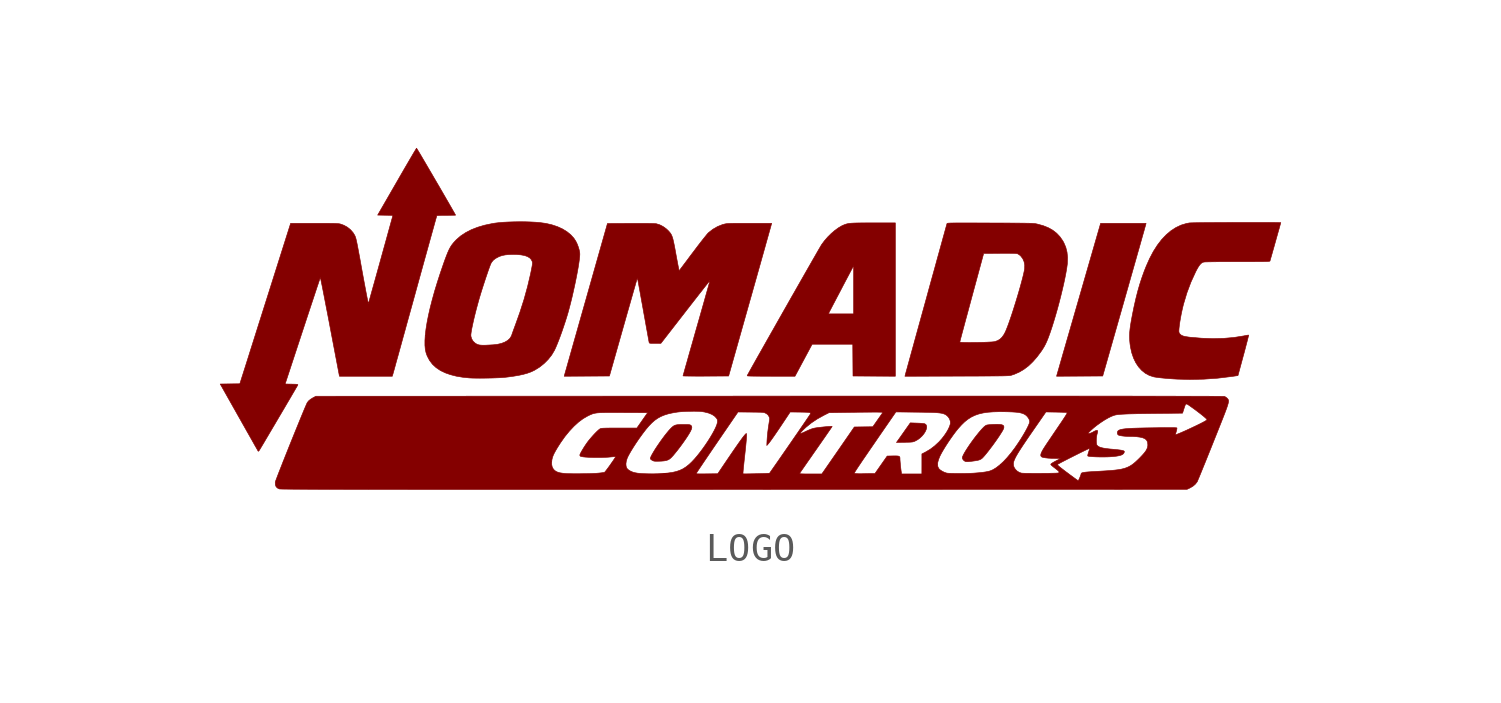
<source format=kicad_sym>
(kicad_symbol_lib
  (version 20210619)
  (generator bitmap2component)
  (symbol "LOGO"
    (pin_names
      (offset 1.016))
    (property "Reference" "#G"
      (at 0 6.787 0)
      (effects (font (size 1.27 1.27)) hide))
    (symbol "LOGO_0_0"
      (polyline (pts (xy -6.484 -6.058) (xy -5.84 -6.058) (xy -5.171 -6.058) (xy -4.474 -6.058) (xy -3.751 -6.058) (xy -3 -6.058) (xy -2.221 -6.058) (xy -1.413 -6.058) (xy -0.577 -6.057) (xy 15.324 -6.054) (xy 15.422 -6.008) (xy 15.528 -5.947) (xy 15.615 -5.872) (xy 15.679 -5.79) (xy 15.682 -5.784) (xy 15.696 -5.752) (xy 15.72 -5.694) (xy 15.754 -5.614) (xy 15.795 -5.514) (xy 15.844 -5.394) (xy 15.899 -5.258) (xy 15.961 -5.107) (xy 16.027 -4.943) (xy 16.097 -4.769) (xy 16.171 -4.585) (xy 16.275 -4.324) (xy 16.364 -4.102) (xy 16.442 -3.906) (xy 16.511 -3.733) (xy 16.571 -3.582) (xy 16.622 -3.452) (xy 16.665 -3.34) (xy 16.7 -3.246) (xy 16.728 -3.167) (xy 16.749 -3.101) (xy 16.765 -3.048) (xy 16.775 -3.006) (xy 16.78 -2.972) (xy 16.78 -2.945) (xy 16.777 -2.924) (xy 16.77 -2.906) (xy 16.761 -2.892) (xy 16.749 -2.877) (xy 16.735 -2.862) (xy 16.723 -2.849) (xy 16.679 -2.815) (xy 16.635 -2.794) (xy 16.626 -2.793) (xy 16.595 -2.792) (xy 16.541 -2.792) (xy 16.464 -2.791) (xy 16.364 -2.79) (xy 16.24 -2.789) (xy 16.093 -2.788) (xy 15.922 -2.788) (xy 15.726 -2.787) (xy 15.507 -2.787) (xy 15.264 -2.786) (xy 14.995 -2.786) (xy 14.703 -2.785) (xy 14.385 -2.785) (xy 14.041 -2.784) (xy 13.673 -2.784) (xy 13.279 -2.783) (xy 12.859 -2.783) (xy 12.413 -2.783) (xy 11.941 -2.783) (xy 11.443 -2.782) (xy 10.918 -2.782) (xy 10.366 -2.782) (xy 9.787 -2.782) (xy 9.181 -2.782) (xy 8.548 -2.782) (xy 6.482 -2.782) (xy 5.737 -2.782) (xy 4.964 -2.782) (xy 4.162 -2.782) (xy 3.332 -2.782) (xy 2.472 -2.782) (xy 1.583 -2.782) (xy 0.665 -2.783) (xy -15.25 -2.787) (xy -15.332 -2.83) (xy -15.362 -2.846) (xy -15.443 -2.897) (xy -15.505 -2.949) (xy -15.553 -3.008) (xy -15.562 -3.026) (xy -15.582 -3.07) (xy -15.611 -3.137) (xy -15.649 -3.225) (xy -15.693 -3.331) (xy -15.744 -3.454) (xy -15.8 -3.59) (xy -15.86 -3.738) (xy -15.924 -3.895) (xy -15.991 -4.059) (xy -16.059 -4.227) (xy -16.128 -4.398) (xy -16.197 -4.569) (xy -16.264 -4.738) (xy -16.33 -4.902) (xy -16.392 -5.06) (xy -16.404 -5.088) (xy -6.975 -5.088) (xy -6.975 -5.087) (xy -6.967 -5.017) (xy -6.951 -4.948) (xy -6.927 -4.877) (xy -6.891 -4.798) (xy -6.841 -4.705) (xy -6.776 -4.594) (xy -6.664 -4.418) (xy -6.512 -4.203) (xy -6.354 -4.01) (xy -6.194 -3.84) (xy -6.033 -3.693) (xy -5.871 -3.573) (xy -5.712 -3.481) (xy -5.697 -3.474) (xy -5.648 -3.45) (xy -5.604 -3.43) (xy -5.561 -3.413) (xy -5.519 -3.398) (xy -5.472 -3.387) (xy -5.42 -3.377) (xy -5.36 -3.37) (xy -5.288 -3.365) (xy -5.202 -3.362) (xy -5.101 -3.36) (xy -4.98 -3.358) (xy -4.837 -3.358) (xy -4.67 -3.359) (xy -4.476 -3.36) (xy -3.608 -3.364) (xy -3.796 -3.633) (xy -3.985 -3.903) (xy -4.603 -3.903) (xy -4.689 -3.903) (xy -4.829 -3.903) (xy -4.944 -3.904) (xy -5.036 -3.905) (xy -5.108 -3.907) (xy -5.164 -3.909) (xy -5.205 -3.912) (xy -5.235 -3.916) (xy -5.256 -3.921) (xy -5.272 -3.927) (xy -5.29 -3.938) (xy -5.334 -3.973) (xy -5.39 -4.025) (xy -5.455 -4.09) (xy -5.523 -4.163) (xy -5.592 -4.241) (xy -5.657 -4.319) (xy -5.715 -4.393) (xy -5.738 -4.425) (xy -5.787 -4.496) (xy -5.837 -4.572) (xy -5.883 -4.647) (xy -5.925 -4.718) (xy -5.958 -4.779) (xy -5.98 -4.825) (xy -5.988 -4.852) (xy -5.986 -4.865) (xy -5.968 -4.892) (xy -5.964 -4.894) (xy -5.929 -4.905) (xy -5.87 -4.915) (xy -5.791 -4.923) (xy -5.695 -4.929) (xy -5.587 -4.934) (xy -5.47 -4.936) (xy -5.349 -4.937) (xy -5.228 -4.936) (xy -5.111 -4.932) (xy -5.002 -4.927) (xy -4.904 -4.918) (xy -4.844 -4.913) (xy -4.789 -4.908) (xy -4.755 -4.908) (xy -4.74 -4.912) (xy -4.738 -4.92) (xy -4.744 -4.932) (xy -4.766 -4.97) (xy -4.801 -5.022) (xy -4.843 -5.085) (xy -4.892 -5.154) (xy -4.894 -5.158) (xy -4.37 -5.158) (xy -4.357 -5.063) (xy -4.325 -4.962) (xy -4.299 -4.904) (xy -4.249 -4.81) (xy -4.185 -4.699) (xy -4.109 -4.576) (xy -4.023 -4.443) (xy -3.929 -4.305) (xy -3.909 -4.276) (xy -3.785 -4.104) (xy -3.671 -3.955) (xy -3.564 -3.829) (xy -3.461 -3.722) (xy -3.359 -3.633) (xy -3.254 -3.559) (xy -3.145 -3.499) (xy -3.027 -3.45) (xy -2.898 -3.409) (xy -2.755 -3.376) (xy -2.595 -3.348) (xy -2.562 -3.343) (xy -2.47 -3.333) (xy -2.36 -3.325) (xy -2.239 -3.319) (xy -2.114 -3.316) (xy -1.992 -3.314) (xy -1.88 -3.315) (xy -1.783 -3.319) (xy -1.71 -3.325) (xy -1.612 -3.341) (xy -1.467 -3.378) (xy -1.347 -3.428) (xy -1.253 -3.49) (xy -1.185 -3.564) (xy -1.166 -3.598) (xy -1.156 -3.638) (xy -1.157 -3.691) (xy -1.16 -3.714) (xy -1.18 -3.787) (xy -1.217 -3.879) (xy -1.269 -3.985) (xy -1.333 -4.103) (xy -1.408 -4.23) (xy -1.491 -4.362) (xy -1.581 -4.496) (xy -1.675 -4.629) (xy -1.772 -4.758) (xy -1.868 -4.879) (xy -1.963 -4.99) (xy -2.055 -5.088) (xy -2.153 -5.181) (xy -2.259 -5.265) (xy -2.366 -5.334) (xy -2.481 -5.388) (xy -2.607 -5.43) (xy -2.749 -5.462) (xy -2.911 -5.484) (xy -3.097 -5.5) (xy -3.248 -5.507) (xy -3.261 -5.507) (xy -1.907 -5.507) (xy -1.9 -5.494) (xy -1.877 -5.457) (xy -1.838 -5.397) (xy -1.783 -5.314) (xy -1.712 -5.209) (xy -1.627 -5.082) (xy -1.527 -4.935) (xy -1.413 -4.767) (xy -1.286 -4.58) (xy -1.145 -4.374) (xy -0.991 -4.149) (xy -0.436 -3.34) (xy 0.015 -3.344) (xy 0.087 -3.345) (xy 0.2 -3.346) (xy 0.289 -3.348) (xy 0.357 -3.349) (xy 0.409 -3.352) (xy 0.447 -3.356) (xy 0.476 -3.361) (xy 0.498 -3.367) (xy 0.518 -3.376) (xy 0.539 -3.386) (xy 0.564 -3.4) (xy 0.612 -3.438) (xy 0.647 -3.491) (xy 0.649 -3.496) (xy 0.664 -3.527) (xy 0.672 -3.554) (xy 0.674 -3.584) (xy 0.669 -3.627) (xy 0.659 -3.69) (xy 0.632 -3.863) (xy 0.609 -4.038) (xy 0.592 -4.202) (xy 0.582 -4.347) (xy 0.575 -4.517) (xy 0.621 -4.465) (xy 0.638 -4.446) (xy 0.684 -4.386) (xy 0.746 -4.301) (xy 0.823 -4.192) (xy 0.916 -4.057) (xy 1.024 -3.898) (xy 1.147 -3.714) (xy 1.396 -3.34) (xy 1.74 -3.344) (xy 1.786 -3.345) (xy 1.894 -3.347) (xy 1.976 -3.35) (xy 2.036 -3.354) (xy 2.076 -3.36) (xy 2.099 -3.369) (xy 2.109 -3.381) (xy 2.108 -3.397) (xy 2.099 -3.417) (xy 2.093 -3.427) (xy 2.071 -3.461) (xy 2.034 -3.516) (xy 1.983 -3.591) (xy 1.92 -3.684) (xy 1.846 -3.792) (xy 1.762 -3.914) (xy 1.67 -4.049) (xy 1.57 -4.193) (xy 1.465 -4.346) (xy 1.355 -4.505) (xy 1.241 -4.67) (xy 1.125 -4.837) (xy 1.009 -5.005) (xy 0.669 -5.492) (xy 0.536 -5.496) (xy 1.724 -5.496) (xy 1.727 -5.492) (xy 1.745 -5.466) (xy 1.778 -5.419) (xy 1.824 -5.353) (xy 1.882 -5.269) (xy 1.95 -5.171) (xy 2.028 -5.059) (xy 2.114 -4.937) (xy 2.205 -4.805) (xy 2.302 -4.667) (xy 2.35 -4.598) (xy 2.444 -4.463) (xy 2.532 -4.337) (xy 2.613 -4.221) (xy 2.685 -4.116) (xy 2.747 -4.026) (xy 2.798 -3.953) (xy 2.836 -3.897) (xy 2.86 -3.862) (xy 2.868 -3.849) (xy 2.867 -3.847) (xy 2.846 -3.845) (xy 2.803 -3.846) (xy 2.741 -3.849) (xy 2.666 -3.855) (xy 2.582 -3.863) (xy 2.496 -3.872) (xy 2.412 -3.882) (xy 2.334 -3.892) (xy 2.268 -3.902) (xy 2.219 -3.912) (xy 2.187 -3.921) (xy 2.121 -3.943) (xy 2.047 -3.973) (xy 1.974 -4.006) (xy 1.924 -4.03) (xy 1.865 -4.057) (xy 1.819 -4.077) (xy 1.793 -4.087) (xy 1.77 -4.091) (xy 1.76 -4.082) (xy 1.772 -4.055) (xy 1.808 -4.012) (xy 1.867 -3.953) (xy 1.952 -3.874) (xy 2.141 -3.721) (xy 2.346 -3.584) (xy 2.573 -3.458) (xy 2.757 -3.365) (xy 3.526 -3.353) (xy 3.551 -3.353) (xy 3.706 -3.35) (xy 3.856 -3.348) (xy 4 -3.347) (xy 4.132 -3.346) (xy 4.249 -3.345) (xy 4.347 -3.344) (xy 4.423 -3.344) (xy 4.474 -3.345) (xy 4.653 -3.349) (xy 4.474 -3.603) (xy 4.295 -3.858) (xy 3.971 -3.862) (xy 3.647 -3.866) (xy 3.077 -4.691) (xy 2.526 -5.486) (xy 3.647 -5.486) (xy 3.65 -5.477) (xy 3.661 -5.457) (xy 3.68 -5.423) (xy 3.71 -5.376) (xy 3.75 -5.315) (xy 3.801 -5.238) (xy 3.864 -5.145) (xy 3.938 -5.034) (xy 4.027 -4.905) (xy 4.128 -4.757) (xy 4.244 -4.588) (xy 4.375 -4.398) (xy 4.521 -4.185) (xy 4.684 -3.949) (xy 5.106 -3.338) (xy 5.817 -3.346) (xy 6.002 -3.348) (xy 6.161 -3.351) (xy 6.297 -3.354) (xy 6.411 -3.357) (xy 6.505 -3.362) (xy 6.584 -3.368) (xy 6.648 -3.375) (xy 6.701 -3.383) (xy 6.746 -3.393) (xy 6.784 -3.405) (xy 6.819 -3.418) (xy 6.873 -3.448) (xy 6.938 -3.507) (xy 6.987 -3.58) (xy 7.015 -3.66) (xy 7.019 -3.741) (xy 7.015 -3.763) (xy 6.988 -3.848) (xy 6.943 -3.946) (xy 6.882 -4.053) (xy 6.807 -4.163) (xy 6.723 -4.272) (xy 6.631 -4.375) (xy 6.615 -4.392) (xy 6.464 -4.532) (xy 6.31 -4.649) (xy 6.146 -4.746) (xy 6.018 -4.812) (xy 6.018 -5.164) (xy 6.018 -5.194) (xy 6.568 -5.194) (xy 6.575 -5.108) (xy 6.603 -5.006) (xy 6.652 -4.886) (xy 6.659 -4.872) (xy 6.709 -4.776) (xy 6.774 -4.664) (xy 6.85 -4.54) (xy 6.934 -4.41) (xy 7.023 -4.279) (xy 7.113 -4.152) (xy 7.2 -4.035) (xy 7.282 -3.933) (xy 7.296 -3.916) (xy 7.408 -3.792) (xy 7.518 -3.685) (xy 7.631 -3.595) (xy 7.75 -3.519) (xy 7.876 -3.458) (xy 8.014 -3.41) (xy 8.166 -3.374) (xy 8.334 -3.349) (xy 8.523 -3.335) (xy 8.735 -3.329) (xy 8.972 -3.331) (xy 9.046 -3.333) (xy 9.182 -3.338) (xy 9.294 -3.345) (xy 9.387 -3.354) (xy 9.463 -3.367) (xy 9.526 -3.383) (xy 9.581 -3.403) (xy 9.63 -3.427) (xy 9.655 -3.443) (xy 9.711 -3.493) (xy 9.758 -3.554) (xy 9.79 -3.617) (xy 9.802 -3.674) (xy 9.8 -3.693) (xy 9.784 -3.748) (xy 9.752 -3.824) (xy 9.706 -3.917) (xy 9.648 -4.025) (xy 9.578 -4.146) (xy 9.498 -4.277) (xy 9.409 -4.415) (xy 9.278 -4.605) (xy 9.144 -4.782) (xy 9.011 -4.94) (xy 8.88 -5.08) (xy 8.763 -5.187) (xy 9.229 -5.187) (xy 9.229 -5.152) (xy 9.234 -5.113) (xy 9.245 -5.069) (xy 9.264 -5.019) (xy 9.29 -4.961) (xy 9.325 -4.893) (xy 9.37 -4.815) (xy 9.426 -4.723) (xy 9.494 -4.617) (xy 9.574 -4.495) (xy 9.668 -4.356) (xy 9.776 -4.197) (xy 9.9 -4.018) (xy 10.04 -3.816) (xy 10.371 -3.339) (xy 10.734 -3.344) (xy 10.807 -3.346) (xy 10.902 -3.348) (xy 10.985 -3.351) (xy 11.05 -3.354) (xy 11.095 -3.358) (xy 11.114 -3.361) (xy 11.115 -3.362) (xy 11.114 -3.376) (xy 11.099 -3.407) (xy 11.071 -3.456) (xy 11.027 -3.525) (xy 10.968 -3.615) (xy 10.893 -3.727) (xy 10.89 -3.73) (xy 10.774 -3.902) (xy 10.672 -4.052) (xy 10.585 -4.181) (xy 10.511 -4.291) (xy 10.448 -4.384) (xy 10.396 -4.461) (xy 10.354 -4.525) (xy 10.32 -4.577) (xy 10.293 -4.62) (xy 10.272 -4.654) (xy 10.256 -4.682) (xy 10.243 -4.705) (xy 10.232 -4.726) (xy 10.229 -4.732) (xy 10.199 -4.801) (xy 10.188 -4.853) (xy 10.196 -4.889) (xy 10.222 -4.916) (xy 10.235 -4.923) (xy 10.287 -4.938) (xy 10.362 -4.95) (xy 10.458 -4.96) (xy 10.571 -4.966) (xy 10.697 -4.968) (xy 10.889 -4.969) (xy 10.756 -5.039) (xy 10.754 -5.04) (xy 10.669 -5.085) (xy 10.609 -5.12) (xy 10.569 -5.146) (xy 10.548 -5.165) (xy 10.541 -5.18) (xy 10.547 -5.191) (xy 10.777 -5.191) (xy 10.778 -5.182) (xy 10.78 -5.18) (xy 10.803 -5.166) (xy 10.849 -5.141) (xy 10.913 -5.106) (xy 10.992 -5.065) (xy 11.084 -5.018) (xy 11.183 -4.967) (xy 11.287 -4.915) (xy 11.392 -4.862) (xy 11.496 -4.81) (xy 11.594 -4.761) (xy 11.683 -4.718) (xy 11.759 -4.681) (xy 11.82 -4.652) (xy 11.861 -4.634) (xy 11.879 -4.628) (xy 11.881 -4.628) (xy 11.894 -4.63) (xy 11.899 -4.639) (xy 11.897 -4.66) (xy 11.885 -4.699) (xy 11.864 -4.761) (xy 11.847 -4.819) (xy 11.838 -4.862) (xy 11.841 -4.883) (xy 11.849 -4.888) (xy 11.885 -4.896) (xy 11.944 -4.903) (xy 12.021 -4.909) (xy 12.112 -4.914) (xy 12.213 -4.917) (xy 12.318 -4.918) (xy 12.424 -4.918) (xy 12.525 -4.916) (xy 12.619 -4.912) (xy 12.74 -4.903) (xy 12.856 -4.889) (xy 12.948 -4.872) (xy 13.018 -4.851) (xy 13.069 -4.824) (xy 13.102 -4.791) (xy 13.121 -4.75) (xy 13.123 -4.736) (xy 13.12 -4.72) (xy 13.106 -4.707) (xy 13.08 -4.696) (xy 13.037 -4.685) (xy 12.976 -4.675) (xy 12.894 -4.665) (xy 12.788 -4.654) (xy 12.656 -4.642) (xy 12.63 -4.64) (xy 12.492 -4.624) (xy 12.381 -4.606) (xy 12.294 -4.585) (xy 12.229 -4.559) (xy 12.184 -4.529) (xy 12.157 -4.494) (xy 12.149 -4.47) (xy 12.141 -4.415) (xy 12.139 -4.345) (xy 12.142 -4.269) (xy 12.15 -4.195) (xy 12.162 -4.132) (xy 12.163 -4.128) (xy 12.18 -4.063) (xy 12.187 -4.021) (xy 12.185 -3.998) (xy 12.172 -3.988) (xy 12.148 -3.987) (xy 12.127 -3.992) (xy 12.082 -4.01) (xy 12.035 -4.036) (xy 11.992 -4.06) (xy 11.943 -4.08) (xy 11.9 -4.092) (xy 11.869 -4.095) (xy 11.857 -4.086) (xy 11.868 -4.068) (xy 11.897 -4.035) (xy 11.941 -3.992) (xy 11.995 -3.943) (xy 12.054 -3.891) (xy 12.116 -3.841) (xy 12.162 -3.805) (xy 12.297 -3.708) (xy 12.43 -3.621) (xy 12.557 -3.548) (xy 12.673 -3.491) (xy 12.774 -3.454) (xy 12.778 -3.453) (xy 12.815 -3.444) (xy 12.86 -3.436) (xy 12.916 -3.429) (xy 12.985 -3.422) (xy 13.068 -3.417) (xy 13.167 -3.412) (xy 13.284 -3.407) (xy 13.422 -3.404) (xy 13.581 -3.4) (xy 13.765 -3.397) (xy 13.974 -3.394) (xy 14.21 -3.391) (xy 15.166 -3.381) (xy 15.211 -3.239) (xy 15.235 -3.165) (xy 15.256 -3.107) (xy 15.276 -3.072) (xy 15.298 -3.059) (xy 15.327 -3.065) (xy 15.367 -3.089) (xy 15.422 -3.127) (xy 15.425 -3.129) (xy 15.509 -3.189) (xy 15.599 -3.254) (xy 15.69 -3.323) (xy 15.777 -3.389) (xy 15.855 -3.451) (xy 15.919 -3.503) (xy 15.964 -3.543) (xy 15.977 -3.554) (xy 16.008 -3.585) (xy 16.021 -3.604) (xy 16.019 -3.617) (xy 16.004 -3.63) (xy 15.989 -3.641) (xy 15.944 -3.668) (xy 15.881 -3.702) (xy 15.802 -3.743) (xy 15.711 -3.788) (xy 15.612 -3.836) (xy 15.508 -3.885) (xy 15.403 -3.934) (xy 15.3 -3.982) (xy 15.203 -4.025) (xy 15.115 -4.064) (xy 15.039 -4.095) (xy 14.979 -4.119) (xy 14.939 -4.132) (xy 14.921 -4.134) (xy 14.921 -4.133) (xy 14.923 -4.113) (xy 14.932 -4.073) (xy 14.946 -4.022) (xy 14.948 -4.015) (xy 14.962 -3.963) (xy 14.969 -3.922) (xy 14.968 -3.9) (xy 14.965 -3.898) (xy 14.945 -3.895) (xy 14.907 -3.892) (xy 14.849 -3.89) (xy 14.768 -3.889) (xy 14.665 -3.889) (xy 14.536 -3.89) (xy 14.381 -3.891) (xy 14.198 -3.894) (xy 14.127 -3.895) (xy 13.905 -3.898) (xy 13.711 -3.902) (xy 13.543 -3.907) (xy 13.398 -3.912) (xy 13.276 -3.919) (xy 13.174 -3.927) (xy 13.09 -3.937) (xy 13.023 -3.949) (xy 12.971 -3.963) (xy 12.933 -3.98) (xy 12.906 -3.999) (xy 12.889 -4.021) (xy 12.88 -4.047) (xy 12.877 -4.075) (xy 12.885 -4.117) (xy 12.912 -4.147) (xy 12.926 -4.154) (xy 12.977 -4.169) (xy 13.051 -4.181) (xy 13.145 -4.191) (xy 13.253 -4.197) (xy 13.373 -4.199) (xy 13.427 -4.2) (xy 13.558 -4.208) (xy 13.673 -4.223) (xy 13.767 -4.245) (xy 13.835 -4.273) (xy 13.864 -4.291) (xy 13.912 -4.34) (xy 13.939 -4.403) (xy 13.947 -4.487) (xy 13.947 -4.515) (xy 13.937 -4.577) (xy 13.915 -4.638) (xy 13.879 -4.703) (xy 13.826 -4.775) (xy 13.754 -4.857) (xy 13.661 -4.954) (xy 13.598 -5.016) (xy 13.519 -5.09) (xy 13.444 -5.154) (xy 13.37 -5.207) (xy 13.294 -5.252) (xy 13.213 -5.289) (xy 13.125 -5.32) (xy 13.024 -5.345) (xy 12.91 -5.365) (xy 12.778 -5.381) (xy 12.627 -5.395) (xy 12.451 -5.407) (xy 12.249 -5.419) (xy 12.155 -5.424) (xy 12.014 -5.432) (xy 11.898 -5.44) (xy 11.806 -5.447) (xy 11.735 -5.455) (xy 11.682 -5.464) (xy 11.645 -5.473) (xy 11.622 -5.484) (xy 11.609 -5.495) (xy 11.606 -5.51) (xy 11.606 -5.513) (xy 11.598 -5.541) (xy 11.582 -5.587) (xy 11.56 -5.641) (xy 11.554 -5.657) (xy 11.532 -5.705) (xy 11.514 -5.739) (xy 11.503 -5.751) (xy 11.5 -5.75) (xy 11.476 -5.734) (xy 11.433 -5.703) (xy 11.374 -5.66) (xy 11.301 -5.606) (xy 11.217 -5.545) (xy 11.127 -5.477) (xy 11.065 -5.431) (xy 10.972 -5.36) (xy 10.9 -5.304) (xy 10.846 -5.261) (xy 10.809 -5.229) (xy 10.787 -5.206) (xy 10.777 -5.191) (xy 10.547 -5.191) (xy 10.549 -5.194) (xy 10.574 -5.22) (xy 10.612 -5.252) (xy 10.645 -5.278) (xy 10.704 -5.324) (xy 10.759 -5.367) (xy 10.806 -5.406) (xy 10.832 -5.438) (xy 10.833 -5.462) (xy 10.811 -5.479) (xy 10.808 -5.48) (xy 10.779 -5.483) (xy 10.725 -5.486) (xy 10.651 -5.488) (xy 10.559 -5.49) (xy 10.454 -5.492) (xy 10.34 -5.493) (xy 10.219 -5.494) (xy 10.097 -5.495) (xy 9.977 -5.495) (xy 9.862 -5.494) (xy 9.757 -5.493) (xy 9.665 -5.492) (xy 9.59 -5.49) (xy 9.536 -5.487) (xy 9.507 -5.484) (xy 9.437 -5.461) (xy 9.362 -5.414) (xy 9.298 -5.351) (xy 9.252 -5.278) (xy 9.23 -5.202) (xy 9.229 -5.187) (xy 8.763 -5.187) (xy 8.752 -5.198) (xy 8.63 -5.293) (xy 8.515 -5.364) (xy 8.408 -5.409) (xy 8.341 -5.426) (xy 8.255 -5.443) (xy 8.148 -5.458) (xy 8.017 -5.472) (xy 7.859 -5.485) (xy 7.81 -5.488) (xy 7.724 -5.492) (xy 7.624 -5.495) (xy 7.515 -5.497) (xy 7.401 -5.498) (xy 7.287 -5.498) (xy 7.179 -5.497) (xy 7.08 -5.495) (xy 6.997 -5.493) (xy 6.934 -5.489) (xy 6.895 -5.485) (xy 6.862 -5.476) (xy 6.79 -5.449) (xy 6.719 -5.412) (xy 6.658 -5.371) (xy 6.616 -5.331) (xy 6.615 -5.33) (xy 6.581 -5.268) (xy 6.568 -5.194) (xy 6.018 -5.194) (xy 6.017 -5.515) (xy 5.308 -5.515) (xy 5.3 -5.481) (xy 5.296 -5.457) (xy 5.288 -5.403) (xy 5.279 -5.332) (xy 5.27 -5.251) (xy 5.262 -5.169) (xy 5.255 -5.093) (xy 5.25 -5.03) (xy 5.248 -4.987) (xy 5.248 -4.954) (xy 5.242 -4.923) (xy 5.227 -4.902) (xy 5.199 -4.889) (xy 5.154 -4.883) (xy 5.087 -4.881) (xy 4.995 -4.882) (xy 4.8 -4.886) (xy 4.585 -5.193) (xy 4.37 -5.5) (xy 4.229 -5.5) (xy 4.216 -5.5) (xy 4.128 -5.501) (xy 4.032 -5.503) (xy 3.947 -5.506) (xy 3.88 -5.508) (xy 3.794 -5.507) (xy 3.723 -5.503) (xy 3.673 -5.497) (xy 3.648 -5.487) (xy 3.647 -5.486) (xy 2.526 -5.486) (xy 2.506 -5.515) (xy 2.11 -5.515) (xy 2.002 -5.514) (xy 1.903 -5.514) (xy 1.828 -5.512) (xy 1.776 -5.51) (xy 1.743 -5.506) (xy 1.727 -5.502) (xy 1.724 -5.496) (xy 0.536 -5.496) (xy 0.208 -5.505) (xy 0.153 -5.507) (xy 0.043 -5.509) (xy -0.055 -5.511) (xy -0.138 -5.512) (xy -0.203 -5.512) (xy -0.245 -5.511) (xy -0.262 -5.509) (xy -0.262 -5.509) (xy -0.262 -5.49) (xy -0.259 -5.445) (xy -0.253 -5.378) (xy -0.245 -5.292) (xy -0.234 -5.189) (xy -0.222 -5.074) (xy -0.209 -4.95) (xy -0.206 -4.927) (xy -0.185 -4.737) (xy -0.168 -4.575) (xy -0.155 -4.439) (xy -0.145 -4.328) (xy -0.138 -4.24) (xy -0.135 -4.175) (xy -0.135 -4.13) (xy -0.138 -4.104) (xy -0.144 -4.095) (xy -0.146 -4.096) (xy -0.164 -4.108) (xy -0.191 -4.136) (xy -0.229 -4.182) (xy -0.279 -4.246) (xy -0.34 -4.33) (xy -0.414 -4.433) (xy -0.501 -4.558) (xy -0.603 -4.705) (xy -0.719 -4.875) (xy -0.851 -5.069) (xy -1.147 -5.507) (xy -1.527 -5.511) (xy -1.619 -5.512) (xy -1.712 -5.512) (xy -1.792 -5.512) (xy -1.853 -5.511) (xy -1.893 -5.509) (xy -1.907 -5.507) (xy -3.261 -5.507) (xy -3.407 -5.511) (xy -3.563 -5.51) (xy -3.711 -5.506) (xy -3.845 -5.498) (xy -3.961 -5.487) (xy -4.052 -5.471) (xy -4.123 -5.452) (xy -4.208 -5.416) (xy -4.279 -5.373) (xy -4.328 -5.326) (xy -4.339 -5.311) (xy -4.364 -5.242) (xy -4.37 -5.158) (xy -4.894 -5.158) (xy -4.942 -5.226) (xy -4.992 -5.294) (xy -5.038 -5.356) (xy -5.077 -5.407) (xy -5.106 -5.441) (xy -5.121 -5.456) (xy -5.146 -5.462) (xy -5.194 -5.47) (xy -5.258 -5.478) (xy -5.33 -5.485) (xy -5.403 -5.491) (xy -5.508 -5.496) (xy -5.63 -5.501) (xy -5.764 -5.504) (xy -5.904 -5.506) (xy -6.043 -5.508) (xy -6.176 -5.508) (xy -6.297 -5.506) (xy -6.401 -5.504) (xy -6.48 -5.5) (xy -6.591 -5.489) (xy -6.688 -5.474) (xy -6.764 -5.452) (xy -6.825 -5.424) (xy -6.875 -5.388) (xy -6.92 -5.338) (xy -6.957 -5.27) (xy -6.974 -5.189) (xy -6.975 -5.088) (xy -16.404 -5.088) (xy -16.451 -5.209) (xy -16.505 -5.346) (xy -16.554 -5.47) (xy -16.595 -5.577) (xy -16.629 -5.667) (xy -16.655 -5.736) (xy -16.671 -5.782) (xy -16.677 -5.803) (xy -16.677 -5.804) (xy -16.674 -5.89) (xy -16.651 -5.956) (xy -16.606 -6.005) (xy -16.537 -6.04) (xy -16.536 -6.04) (xy -16.529 -6.041) (xy -16.515 -6.042) (xy -16.495 -6.043) (xy -16.468 -6.044) (xy -16.432 -6.045) (xy -16.389 -6.046) (xy -16.337 -6.047) (xy -16.276 -6.047) (xy -16.205 -6.048) (xy -16.124 -6.049) (xy -16.032 -6.05) (xy -15.929 -6.05) (xy -15.814 -6.051) (xy -15.687 -6.052) (xy -15.548 -6.052) (xy -15.395 -6.053) (xy -15.228 -6.053) (xy -15.048 -6.054) (xy -14.852 -6.054) (xy -14.642 -6.055) (xy -14.416 -6.055) (xy -14.174 -6.056) (xy -13.915 -6.056) (xy -13.639 -6.056) (xy -13.345 -6.057) (xy -13.033 -6.057) (xy -12.703 -6.057) (xy -12.353 -6.057) (xy -11.984 -6.058) (xy -11.595 -6.058) (xy -11.184 -6.058) (xy -10.753 -6.058) (xy -10.3 -6.058) (xy -9.826 -6.058) (xy -9.328 -6.058) (xy -8.807 -6.058) (xy -7.102 -6.058) (xy -6.484 -6.058)) (stroke (width 0.01)) (fill (type outline)))
      (polyline (pts (xy -17.247 -4.699) (xy -17.218 -4.655) (xy -17.216 -4.651) (xy -17.18 -4.591) (xy -17.133 -4.512) (xy -17.076 -4.417) (xy -17.012 -4.308) (xy -16.94 -4.186) (xy -16.862 -4.054) (xy -16.78 -3.915) (xy -16.694 -3.77) (xy -16.607 -3.622) (xy -16.519 -3.473) (xy -16.432 -3.325) (xy -16.346 -3.18) (xy -16.265 -3.041) (xy -16.187 -2.909) (xy -16.116 -2.788) (xy -16.052 -2.678) (xy -15.996 -2.583) (xy -15.951 -2.505) (xy -15.916 -2.446) (xy -15.894 -2.407) (xy -15.886 -2.392) (xy -15.885 -2.389) (xy -15.885 -2.38) (xy -15.894 -2.374) (xy -15.916 -2.369) (xy -15.956 -2.366) (xy -16.017 -2.364) (xy -16.104 -2.362) (xy -16.331 -2.358) (xy -15.717 -0.493) (xy -15.688 -0.405) (xy -15.614 -0.181) (xy -15.543 0.035) (xy -15.475 0.24) (xy -15.411 0.434) (xy -15.351 0.614) (xy -15.296 0.78) (xy -15.247 0.928) (xy -15.204 1.059) (xy -15.166 1.17) (xy -15.137 1.259) (xy -15.114 1.325) (xy -15.1 1.366) (xy -15.095 1.381) (xy -15.092 1.374) (xy -15.085 1.341) (xy -15.073 1.283) (xy -15.056 1.2) (xy -15.034 1.094) (xy -15.009 0.968) (xy -14.981 0.822) (xy -14.949 0.66) (xy -14.915 0.482) (xy -14.878 0.291) (xy -14.838 0.087) (xy -14.797 -0.126) (xy -14.755 -0.348) (xy -14.424 -2.085) (xy -12.569 -2.085) (xy -12.547 -2.007) (xy -12.547 -2.007) (xy -12.54 -1.984) (xy -12.526 -1.933) (xy -12.505 -1.858) (xy -12.477 -1.758) (xy -12.444 -1.635) (xy -12.404 -1.492) (xy -12.358 -1.328) (xy -12.308 -1.146) (xy -12.253 -0.947) (xy -12.194 -0.732) (xy -12.13 -0.503) (xy -12.064 -0.261) (xy -11.994 -0.009) (xy -11.921 0.254) (xy -11.846 0.525) (xy -11.769 0.803) (xy -11.763 0.826) (xy -11.687 1.103) (xy -11.613 1.371) (xy -11.541 1.631) (xy -11.472 1.88) (xy -11.406 2.118) (xy -11.344 2.342) (xy -11.286 2.551) (xy -11.232 2.745) (xy -11.183 2.921) (xy -11.139 3.078) (xy -11.101 3.216) (xy -11.069 3.331) (xy -11.043 3.424) (xy -11.023 3.492) (xy -11.011 3.534) (xy -11.006 3.55) (xy -11.003 3.551) (xy -10.975 3.555) (xy -10.924 3.558) (xy -10.853 3.561) (xy -10.769 3.562) (xy -10.674 3.563) (xy -10.631 3.563) (xy -10.541 3.564) (xy -10.463 3.565) (xy -10.403 3.566) (xy -10.363 3.567) (xy -10.349 3.569) (xy -10.35 3.572) (xy -10.363 3.596) (xy -10.389 3.643) (xy -10.427 3.709) (xy -10.475 3.794) (xy -10.533 3.894) (xy -10.598 4.008) (xy -10.671 4.133) (xy -10.749 4.268) (xy -10.831 4.41) (xy -10.916 4.557) (xy -11.003 4.706) (xy -11.091 4.856) (xy -11.177 5.005) (xy -11.262 5.149) (xy -11.343 5.288) (xy -11.419 5.418) (xy -11.49 5.538) (xy -11.553 5.646) (xy -11.608 5.739) (xy -11.653 5.814) (xy -11.688 5.871) (xy -11.71 5.907) (xy -11.718 5.919) (xy -11.719 5.919) (xy -11.729 5.903) (xy -11.753 5.864) (xy -11.79 5.803) (xy -11.838 5.722) (xy -11.896 5.623) (xy -11.964 5.507) (xy -12.04 5.376) (xy -12.124 5.233) (xy -12.213 5.079) (xy -12.308 4.915) (xy -12.406 4.744) (xy -13.083 3.571) (xy -12.816 3.566) (xy -12.549 3.562) (xy -12.559 3.522) (xy -12.563 3.506) (xy -12.575 3.461) (xy -12.594 3.393) (xy -12.619 3.303) (xy -12.649 3.194) (xy -12.684 3.067) (xy -12.723 2.926) (xy -12.765 2.773) (xy -12.81 2.61) (xy -12.858 2.438) (xy -12.907 2.261) (xy -12.957 2.081) (xy -13.007 1.9) (xy -13.057 1.72) (xy -13.106 1.543) (xy -13.154 1.372) (xy -13.199 1.209) (xy -13.242 1.057) (xy -13.281 0.917) (xy -13.316 0.792) (xy -13.346 0.684) (xy -13.371 0.595) (xy -13.389 0.528) (xy -13.402 0.485) (xy -13.407 0.469) (xy -13.41 0.474) (xy -13.418 0.506) (xy -13.431 0.565) (xy -13.449 0.649) (xy -13.47 0.756) (xy -13.495 0.886) (xy -13.523 1.036) (xy -13.555 1.206) (xy -13.59 1.394) (xy -13.627 1.598) (xy -13.648 1.712) (xy -13.683 1.91) (xy -13.714 2.081) (xy -13.742 2.228) (xy -13.765 2.353) (xy -13.785 2.459) (xy -13.802 2.547) (xy -13.817 2.619) (xy -13.83 2.678) (xy -13.841 2.725) (xy -13.851 2.763) (xy -13.861 2.793) (xy -13.87 2.818) (xy -13.879 2.841) (xy -13.889 2.861) (xy -13.943 2.95) (xy -14.032 3.053) (xy -14.141 3.142) (xy -14.264 3.212) (xy -14.395 3.259) (xy -14.413 3.263) (xy -14.44 3.267) (xy -14.475 3.271) (xy -14.519 3.274) (xy -14.576 3.277) (xy -14.647 3.279) (xy -14.736 3.28) (xy -14.844 3.281) (xy -14.975 3.282) (xy -15.13 3.282) (xy -15.312 3.282) (xy -16.137 3.282) (xy -16.957 0.691) (xy -17.009 0.527) (xy -17.094 0.259) (xy -17.177 -0.004) (xy -17.258 -0.258) (xy -17.335 -0.503) (xy -17.409 -0.737) (xy -17.479 -0.958) (xy -17.545 -1.165) (xy -17.605 -1.357) (xy -17.66 -1.531) (xy -17.709 -1.686) (xy -17.752 -1.821) (xy -17.788 -1.934) (xy -17.816 -2.023) (xy -17.837 -2.087) (xy -17.849 -2.125) (xy -17.92 -2.35) (xy -18.265 -2.354) (xy -18.609 -2.358) (xy -17.95 -3.526) (xy -17.945 -3.534) (xy -17.849 -3.705) (xy -17.756 -3.869) (xy -17.669 -4.024) (xy -17.587 -4.168) (xy -17.513 -4.299) (xy -17.447 -4.416) (xy -17.391 -4.516) (xy -17.344 -4.597) (xy -17.309 -4.659) (xy -17.287 -4.698) (xy -17.278 -4.714) (xy -17.278 -4.714) (xy -17.266 -4.718) (xy -17.247 -4.699)) (stroke (width 0.01)) (fill (type outline)))
      (polyline (pts (xy 15.907 -2.188) (xy 16.395 -2.154) (xy 16.89 -2.094) (xy 17.111 -2.062) (xy 17.302 -1.355) (xy 17.309 -1.331) (xy 17.346 -1.193) (xy 17.38 -1.064) (xy 17.41 -0.948) (xy 17.437 -0.846) (xy 17.458 -0.762) (xy 17.474 -0.698) (xy 17.484 -0.657) (xy 17.486 -0.642) (xy 17.486 -0.641) (xy 17.467 -0.642) (xy 17.428 -0.647) (xy 17.376 -0.657) (xy 17.308 -0.671) (xy 16.966 -0.725) (xy 16.608 -0.756) (xy 16.233 -0.765) (xy 15.839 -0.751) (xy 15.428 -0.716) (xy 15.375 -0.709) (xy 15.274 -0.694) (xy 15.197 -0.676) (xy 15.139 -0.653) (xy 15.096 -0.624) (xy 15.063 -0.589) (xy 15.057 -0.579) (xy 15.044 -0.554) (xy 15.038 -0.525) (xy 15.037 -0.484) (xy 15.041 -0.422) (xy 15.042 -0.408) (xy 15.054 -0.302) (xy 15.072 -0.175) (xy 15.096 -0.035) (xy 15.123 0.11) (xy 15.154 0.253) (xy 15.185 0.386) (xy 15.204 0.459) (xy 15.32 0.845) (xy 15.46 1.218) (xy 15.628 1.584) (xy 15.668 1.661) (xy 15.72 1.752) (xy 15.767 1.82) (xy 15.811 1.869) (xy 15.856 1.902) (xy 15.904 1.921) (xy 15.921 1.923) (xy 15.969 1.927) (xy 16.046 1.929) (xy 16.152 1.931) (xy 16.285 1.933) (xy 16.447 1.935) (xy 16.636 1.936) (xy 16.851 1.936) (xy 17.094 1.937) (xy 17.351 1.937) (xy 17.527 1.937) (xy 17.678 1.937) (xy 17.806 1.938) (xy 17.912 1.938) (xy 18 1.939) (xy 18.069 1.941) (xy 18.124 1.942) (xy 18.165 1.944) (xy 18.194 1.947) (xy 18.214 1.95) (xy 18.226 1.954) (xy 18.233 1.958) (xy 18.235 1.963) (xy 18.237 1.967) (xy 18.246 2.001) (xy 18.262 2.057) (xy 18.284 2.132) (xy 18.31 2.223) (xy 18.339 2.326) (xy 18.371 2.438) (xy 18.404 2.556) (xy 18.438 2.676) (xy 18.471 2.795) (xy 18.503 2.909) (xy 18.533 3.015) (xy 18.56 3.109) (xy 18.582 3.189) (xy 18.599 3.25) (xy 18.61 3.29) (xy 18.614 3.305) (xy 18.598 3.307) (xy 18.555 3.308) (xy 18.488 3.309) (xy 18.398 3.311) (xy 18.288 3.311) (xy 18.16 3.312) (xy 18.016 3.312) (xy 17.859 3.313) (xy 17.691 3.313) (xy 17.515 3.313) (xy 17.332 3.313) (xy 17.145 3.312) (xy 16.956 3.312) (xy 16.769 3.311) (xy 16.584 3.31) (xy 16.404 3.309) (xy 16.233 3.308) (xy 16.071 3.307) (xy 15.921 3.306) (xy 15.786 3.304) (xy 15.668 3.303) (xy 15.569 3.301) (xy 15.491 3.299) (xy 15.438 3.297) (xy 15.41 3.296) (xy 15.303 3.276) (xy 15.114 3.219) (xy 14.933 3.133) (xy 14.758 3.02) (xy 14.592 2.879) (xy 14.433 2.712) (xy 14.284 2.518) (xy 14.143 2.297) (xy 14.013 2.051) (xy 13.892 1.78) (xy 13.82 1.599) (xy 13.738 1.371) (xy 13.662 1.137) (xy 13.592 0.895) (xy 13.527 0.637) (xy 13.464 0.36) (xy 13.403 0.059) (xy 13.391 -0.005) (xy 13.361 -0.168) (xy 13.338 -0.309) (xy 13.322 -0.431) (xy 13.311 -0.541) (xy 13.306 -0.643) (xy 13.307 -0.74) (xy 13.312 -0.838) (xy 13.322 -0.942) (xy 13.339 -1.064) (xy 13.384 -1.265) (xy 13.447 -1.449) (xy 13.527 -1.614) (xy 13.623 -1.758) (xy 13.735 -1.881) (xy 13.86 -1.981) (xy 13.999 -2.056) (xy 14.149 -2.105) (xy 14.183 -2.112) (xy 14.261 -2.124) (xy 14.36 -2.137) (xy 14.475 -2.149) (xy 14.601 -2.161) (xy 14.732 -2.171) (xy 14.864 -2.18) (xy 14.992 -2.187) (xy 15.419 -2.198) (xy 15.907 -2.188)) (stroke (width 0.01)) (fill (type outline)))
      (polyline (pts (xy -9.355 -2.152) (xy -9.209 -2.15) (xy -9.064 -2.147) (xy -8.927 -2.142) (xy -8.802 -2.137) (xy -8.695 -2.13) (xy -8.612 -2.123) (xy -8.509 -2.111) (xy -8.306 -2.083) (xy -8.129 -2.053) (xy -7.973 -2.019) (xy -7.836 -1.981) (xy -7.715 -1.938) (xy -7.607 -1.889) (xy -7.576 -1.873) (xy -7.404 -1.767) (xy -7.244 -1.64) (xy -7.1 -1.496) (xy -6.977 -1.341) (xy -6.879 -1.176) (xy -6.876 -1.171) (xy -6.833 -1.078) (xy -6.784 -0.961) (xy -6.73 -0.826) (xy -6.673 -0.675) (xy -6.615 -0.514) (xy -6.558 -0.348) (xy -6.502 -0.18) (xy -6.45 -0.016) (xy -6.403 0.14) (xy -6.391 0.184) (xy -6.348 0.343) (xy -6.304 0.514) (xy -6.26 0.693) (xy -6.218 0.877) (xy -6.177 1.062) (xy -6.138 1.246) (xy -6.102 1.425) (xy -6.07 1.595) (xy -6.042 1.753) (xy -6.02 1.896) (xy -6.003 2.021) (xy -5.992 2.123) (xy -5.988 2.201) (xy -5.993 2.264) (xy -6.012 2.357) (xy -6.043 2.459) (xy -6.082 2.561) (xy -6.128 2.654) (xy -6.195 2.757) (xy -6.305 2.879) (xy -6.439 2.988) (xy -6.595 3.084) (xy -6.772 3.165) (xy -6.968 3.23) (xy -7.18 3.279) (xy -7.407 3.31) (xy -7.544 3.321) (xy -7.722 3.33) (xy -7.911 3.336) (xy -8.106 3.337) (xy -8.301 3.334) (xy -8.491 3.328) (xy -8.668 3.319) (xy -8.828 3.305) (xy -8.964 3.289) (xy -9.066 3.272) (xy -9.331 3.216) (xy -9.575 3.144) (xy -9.797 3.057) (xy -9.996 2.954) (xy -10.171 2.838) (xy -10.321 2.707) (xy -10.366 2.66) (xy -10.428 2.591) (xy -10.482 2.522) (xy -10.53 2.448) (xy -10.575 2.364) (xy -10.619 2.267) (xy -10.666 2.151) (xy -10.719 2.011) (xy -10.769 1.871) (xy -10.884 1.536) (xy -10.989 1.212) (xy -11.084 0.901) (xy -11.167 0.602) (xy -11.24 0.319) (xy -11.301 0.051) (xy -11.35 -0.199) (xy -11.387 -0.43) (xy -11.412 -0.642) (xy -11.414 -0.667) (xy -9.812 -0.667) (xy -9.811 -0.616) (xy -9.801 -0.54) (xy -9.785 -0.442) (xy -9.761 -0.324) (xy -9.732 -0.19) (xy -9.698 -0.041) (xy -9.659 0.118) (xy -9.616 0.286) (xy -9.569 0.459) (xy -9.52 0.636) (xy -9.493 0.726) (xy -9.459 0.839) (xy -9.421 0.961) (xy -9.38 1.089) (xy -9.337 1.22) (xy -9.295 1.349) (xy -9.253 1.472) (xy -9.214 1.587) (xy -9.178 1.689) (xy -9.147 1.774) (xy -9.122 1.838) (xy -9.105 1.877) (xy -9.084 1.914) (xy -9.025 1.987) (xy -8.944 2.05) (xy -8.837 2.107) (xy -8.795 2.125) (xy -8.701 2.155) (xy -8.595 2.175) (xy -8.472 2.186) (xy -8.325 2.19) (xy -8.208 2.188) (xy -8.055 2.175) (xy -7.928 2.152) (xy -7.825 2.116) (xy -7.747 2.069) (xy -7.691 2.01) (xy -7.657 1.938) (xy -7.653 1.923) (xy -7.65 1.895) (xy -7.652 1.859) (xy -7.658 1.808) (xy -7.67 1.74) (xy -7.688 1.648) (xy -7.718 1.5) (xy -7.822 1.06) (xy -7.944 0.617) (xy -8.088 0.167) (xy -8.253 -0.296) (xy -8.254 -0.297) (xy -8.287 -0.387) (xy -8.319 -0.472) (xy -8.345 -0.546) (xy -8.366 -0.605) (xy -8.378 -0.641) (xy -8.391 -0.675) (xy -8.442 -0.757) (xy -8.518 -0.827) (xy -8.618 -0.886) (xy -8.739 -0.933) (xy -8.879 -0.965) (xy -9.035 -0.983) (xy -9.064 -0.984) (xy -9.193 -0.991) (xy -9.296 -0.996) (xy -9.379 -0.997) (xy -9.444 -0.995) (xy -9.497 -0.99) (xy -9.54 -0.982) (xy -9.577 -0.969) (xy -9.613 -0.953) (xy -9.656 -0.927) (xy -9.731 -0.859) (xy -9.784 -0.773) (xy -9.812 -0.675) (xy -9.812 -0.667) (xy -11.414 -0.667) (xy -11.424 -0.832) (xy -11.424 -1) (xy -11.411 -1.145) (xy -11.384 -1.264) (xy -11.345 -1.372) (xy -11.263 -1.528) (xy -11.158 -1.666) (xy -11.029 -1.785) (xy -10.878 -1.886) (xy -10.705 -1.968) (xy -10.528 -2.03) (xy -10.326 -2.082) (xy -10.108 -2.119) (xy -9.869 -2.144) (xy -9.839 -2.146) (xy -9.744 -2.15) (xy -9.628 -2.152) (xy -9.496 -2.153) (xy -9.355 -2.152)) (stroke (width 0.01)) (fill (type outline)))
      (polyline (pts (xy -4.949 -2.077) (xy -4.46 -0.352) (xy -4.41 -0.177) (xy -4.35 0.036) (xy -4.292 0.239) (xy -4.237 0.431) (xy -4.186 0.61) (xy -4.139 0.774) (xy -4.097 0.922) (xy -4.059 1.052) (xy -4.028 1.162) (xy -4.002 1.251) (xy -3.983 1.316) (xy -3.971 1.356) (xy -3.967 1.37) (xy -3.967 1.369) (xy -3.963 1.35) (xy -3.954 1.304) (xy -3.941 1.234) (xy -3.924 1.141) (xy -3.904 1.029) (xy -3.88 0.9) (xy -3.854 0.755) (xy -3.826 0.597) (xy -3.795 0.428) (xy -3.763 0.251) (xy -3.759 0.226) (xy -3.727 0.048) (xy -3.696 -0.121) (xy -3.668 -0.28) (xy -3.642 -0.425) (xy -3.618 -0.555) (xy -3.598 -0.668) (xy -3.581 -0.761) (xy -3.568 -0.832) (xy -3.559 -0.879) (xy -3.555 -0.898) (xy -3.554 -0.902) (xy -3.55 -0.914) (xy -3.539 -0.922) (xy -3.518 -0.927) (xy -3.482 -0.93) (xy -3.426 -0.931) (xy -3.345 -0.931) (xy -3.142 -0.93) (xy -2.281 0.179) (xy -2.239 0.234) (xy -2.117 0.39) (xy -2.001 0.539) (xy -1.892 0.678) (xy -1.792 0.807) (xy -1.7 0.923) (xy -1.62 1.026) (xy -1.551 1.113) (xy -1.495 1.183) (xy -1.454 1.234) (xy -1.428 1.265) (xy -1.419 1.274) (xy -1.421 1.269) (xy -1.429 1.238) (xy -1.444 1.182) (xy -1.466 1.102) (xy -1.495 1) (xy -1.53 0.877) (xy -1.57 0.736) (xy -1.614 0.578) (xy -1.663 0.405) (xy -1.716 0.219) (xy -1.772 0.021) (xy -1.831 -0.186) (xy -1.893 -0.401) (xy -1.926 -0.518) (xy -1.986 -0.729) (xy -2.043 -0.931) (xy -2.098 -1.122) (xy -2.149 -1.301) (xy -2.195 -1.466) (xy -2.237 -1.615) (xy -2.275 -1.746) (xy -2.306 -1.857) (xy -2.331 -1.947) (xy -2.35 -2.014) (xy -2.362 -2.057) (xy -2.366 -2.072) (xy -2.361 -2.074) (xy -2.332 -2.076) (xy -2.277 -2.078) (xy -2.2 -2.079) (xy -2.102 -2.08) (xy -1.987 -2.081) (xy -1.857 -2.082) (xy -1.716 -2.082) (xy -1.565 -2.081) (xy -0.765 -2.077) (xy -0.02 0.562) (xy 0.042 0.779) (xy 0.117 1.046) (xy 0.19 1.304) (xy 0.26 1.553) (xy 0.327 1.79) (xy 0.39 2.014) (xy 0.449 2.224) (xy 0.504 2.419) (xy 0.553 2.596) (xy 0.598 2.755) (xy 0.637 2.894) (xy 0.67 3.012) (xy 0.697 3.107) (xy 0.717 3.178) (xy 0.729 3.223) (xy 0.734 3.241) (xy 0.743 3.282) (xy -0.033 3.282) (xy -0.161 3.282) (xy -0.314 3.282) (xy -0.442 3.282) (xy -0.547 3.281) (xy -0.634 3.28) (xy -0.703 3.278) (xy -0.759 3.276) (xy -0.804 3.273) (xy -0.84 3.269) (xy -0.871 3.264) (xy -0.898 3.259) (xy -0.925 3.252) (xy -0.985 3.236) (xy -1.157 3.167) (xy -1.32 3.072) (xy -1.477 2.949) (xy -1.477 2.948) (xy -1.503 2.921) (xy -1.544 2.872) (xy -1.599 2.804) (xy -1.667 2.719) (xy -1.745 2.62) (xy -1.831 2.508) (xy -1.924 2.385) (xy -2.022 2.255) (xy -2.055 2.212) (xy -2.155 2.079) (xy -2.238 1.967) (xy -2.308 1.875) (xy -2.364 1.8) (xy -2.408 1.741) (xy -2.442 1.697) (xy -2.466 1.664) (xy -2.483 1.642) (xy -2.494 1.629) (xy -2.501 1.622) (xy -2.503 1.621) (xy -2.504 1.622) (xy -2.504 1.625) (xy -2.505 1.627) (xy -2.505 1.629) (xy -2.51 1.65) (xy -2.519 1.697) (xy -2.533 1.765) (xy -2.55 1.853) (xy -2.569 1.956) (xy -2.591 2.072) (xy -2.614 2.197) (xy -2.623 2.247) (xy -2.65 2.397) (xy -2.674 2.522) (xy -2.696 2.626) (xy -2.715 2.71) (xy -2.734 2.779) (xy -2.754 2.834) (xy -2.775 2.881) (xy -2.798 2.921) (xy -2.825 2.957) (xy -2.856 2.993) (xy -2.893 3.033) (xy -2.956 3.091) (xy -3.066 3.17) (xy -3.183 3.23) (xy -3.3 3.266) (xy -3.305 3.267) (xy -3.347 3.271) (xy -3.417 3.275) (xy -3.515 3.277) (xy -3.643 3.279) (xy -3.799 3.279) (xy -3.984 3.279) (xy -4.198 3.279) (xy -5.018 3.275) (xy -5.768 0.628) (xy -5.832 0.403) (xy -5.908 0.136) (xy -5.981 -0.122) (xy -6.051 -0.37) (xy -6.118 -0.607) (xy -6.182 -0.831) (xy -6.241 -1.04) (xy -6.296 -1.234) (xy -6.346 -1.411) (xy -6.391 -1.57) (xy -6.43 -1.708) (xy -6.463 -1.825) (xy -6.49 -1.919) (xy -6.51 -1.99) (xy -6.522 -2.034) (xy -6.527 -2.051) (xy -6.535 -2.085) (xy -4.949 -2.077)) (stroke (width 0.01)) (fill (type outline)))
      (polyline (pts (xy 5.086 3.297) (xy 4.258 3.297) (xy 4.085 3.297) (xy 3.937 3.296) (xy 3.812 3.295) (xy 3.708 3.293) (xy 3.621 3.29) (xy 3.55 3.286) (xy 3.491 3.281) (xy 3.441 3.274) (xy 3.398 3.265) (xy 3.359 3.255) (xy 3.321 3.242) (xy 3.282 3.227) (xy 3.21 3.195) (xy 3.089 3.124) (xy 2.962 3.032) (xy 2.836 2.924) (xy 2.714 2.803) (xy 2.602 2.674) (xy 2.502 2.541) (xy 2.491 2.523) (xy 2.465 2.479) (xy 2.426 2.412) (xy 2.375 2.325) (xy 2.314 2.218) (xy 2.243 2.094) (xy 2.162 1.954) (xy 2.074 1.799) (xy 1.978 1.632) (xy 1.876 1.453) (xy 1.769 1.265) (xy 1.657 1.069) (xy 1.542 0.866) (xy 1.423 0.659) (xy 1.304 0.448) (xy 1.183 0.236) (xy 1.108 0.103) (xy 2.735 0.103) (xy 2.793 0.218) (xy 2.801 0.234) (xy 2.826 0.281) (xy 2.862 0.351) (xy 2.908 0.439) (xy 2.963 0.543) (xy 3.024 0.661) (xy 3.092 0.789) (xy 3.163 0.924) (xy 3.236 1.065) (xy 3.622 1.796) (xy 3.622 0.103) (xy 2.735 0.103) (xy 1.108 0.103) (xy 1.063 0.024) (xy 0.943 -0.187) (xy 0.826 -0.394) (xy 0.711 -0.596) (xy 0.6 -0.792) (xy 0.493 -0.981) (xy 0.393 -1.159) (xy 0.298 -1.326) (xy 0.211 -1.48) (xy 0.133 -1.62) (xy 0.063 -1.744) (xy 0.004 -1.85) (xy -0.044 -1.937) (xy -0.081 -2.003) (xy -0.105 -2.047) (xy -0.114 -2.066) (xy -0.114 -2.066) (xy -0.11 -2.07) (xy -0.093 -2.074) (xy -0.062 -2.077) (xy -0.014 -2.079) (xy 0.052 -2.081) (xy 0.138 -2.082) (xy 0.246 -2.083) (xy 0.378 -2.084) (xy 0.536 -2.084) (xy 0.721 -2.085) (xy 1.564 -2.085) (xy 1.865 -1.523) (xy 2.166 -0.961) (xy 3.592 -0.961) (xy 3.596 -1.519) (xy 3.6 -2.077) (xy 4.343 -2.081) (xy 5.086 -2.085) (xy 5.086 3.297)) (stroke (width 0.01)) (fill (type outline)))
      (polyline (pts (xy 7.246 -2.081) (xy 7.319 -2.081) (xy 7.584 -2.08) (xy 7.821 -2.08) (xy 8.032 -2.079) (xy 8.219 -2.078) (xy 8.384 -2.077) (xy 8.527 -2.076) (xy 8.65 -2.075) (xy 8.755 -2.074) (xy 8.844 -2.073) (xy 8.918 -2.071) (xy 8.979 -2.069) (xy 9.027 -2.067) (xy 9.066 -2.065) (xy 9.096 -2.062) (xy 9.12 -2.059) (xy 9.138 -2.056) (xy 9.152 -2.052) (xy 9.271 -2.012) (xy 9.444 -1.935) (xy 9.607 -1.837) (xy 9.763 -1.718) (xy 9.912 -1.575) (xy 10.059 -1.407) (xy 10.205 -1.211) (xy 10.253 -1.139) (xy 10.307 -1.051) (xy 10.355 -0.961) (xy 10.401 -0.862) (xy 10.448 -0.748) (xy 10.498 -0.612) (xy 10.527 -0.531) (xy 10.588 -0.348) (xy 10.65 -0.15) (xy 10.713 0.061) (xy 10.775 0.279) (xy 10.835 0.502) (xy 10.892 0.724) (xy 10.945 0.942) (xy 10.994 1.152) (xy 11.036 1.35) (xy 11.072 1.532) (xy 11.1 1.695) (xy 11.119 1.833) (xy 11.124 1.887) (xy 11.13 2.086) (xy 11.111 2.27) (xy 11.068 2.441) (xy 10.999 2.602) (xy 10.966 2.662) (xy 10.866 2.807) (xy 10.749 2.932) (xy 10.613 3.038) (xy 10.456 3.127) (xy 10.276 3.199) (xy 10.072 3.255) (xy 10.063 3.257) (xy 10.04 3.262) (xy 10.017 3.267) (xy 9.992 3.271) (xy 9.963 3.274) (xy 9.929 3.277) (xy 9.888 3.28) (xy 9.837 3.282) (xy 9.775 3.284) (xy 9.701 3.285) (xy 9.611 3.287) (xy 9.505 3.288) (xy 9.381 3.289) (xy 9.236 3.29) (xy 9.069 3.291) (xy 8.879 3.292) (xy 8.662 3.292) (xy 8.417 3.293) (xy 8.248 3.294) (xy 8.022 3.294) (xy 7.823 3.295) (xy 7.65 3.295) (xy 7.499 3.295) (xy 7.37 3.295) (xy 7.262 3.295) (xy 7.171 3.294) (xy 7.097 3.293) (xy 7.038 3.292) (xy 6.992 3.29) (xy 6.958 3.288) (xy 6.933 3.286) (xy 6.917 3.283) (xy 6.907 3.28) (xy 6.901 3.276) (xy 6.899 3.272) (xy 6.899 3.272) (xy 6.893 3.251) (xy 6.88 3.205) (xy 6.86 3.133) (xy 6.834 3.038) (xy 6.802 2.922) (xy 6.764 2.786) (xy 6.722 2.632) (xy 6.675 2.462) (xy 6.624 2.277) (xy 6.569 2.08) (xy 6.512 1.871) (xy 6.452 1.653) (xy 6.389 1.427) (xy 6.325 1.196) (xy 6.26 0.96) (xy 6.195 0.722) (xy 6.129 0.482) (xy 6.063 0.244) (xy 5.998 0.009) (xy 5.934 -0.223) (xy 5.872 -0.448) (xy 5.812 -0.665) (xy 5.755 -0.873) (xy 5.752 -0.885) (xy 7.348 -0.885) (xy 7.353 -0.866) (xy 7.364 -0.821) (xy 7.382 -0.751) (xy 7.407 -0.658) (xy 7.437 -0.544) (xy 7.473 -0.412) (xy 7.513 -0.262) (xy 7.557 -0.097) (xy 7.606 0.082) (xy 7.657 0.272) (xy 7.711 0.472) (xy 7.767 0.68) (xy 8.186 2.225) (xy 8.747 2.229) (xy 8.764 2.23) (xy 8.934 2.23) (xy 9.075 2.23) (xy 9.188 2.229) (xy 9.273 2.226) (xy 9.332 2.222) (xy 9.364 2.217) (xy 9.388 2.207) (xy 9.437 2.177) (xy 9.482 2.139) (xy 9.486 2.135) (xy 9.558 2.042) (xy 9.605 1.933) (xy 9.627 1.814) (xy 9.623 1.688) (xy 9.61 1.611) (xy 9.587 1.504) (xy 9.556 1.377) (xy 9.518 1.232) (xy 9.475 1.074) (xy 9.427 0.906) (xy 9.376 0.732) (xy 9.322 0.554) (xy 9.267 0.377) (xy 9.212 0.204) (xy 9.158 0.039) (xy 9.105 -0.115) (xy 9.056 -0.255) (xy 9.01 -0.376) (xy 8.97 -0.476) (xy 8.936 -0.551) (xy 8.899 -0.619) (xy 8.833 -0.713) (xy 8.761 -0.783) (xy 8.677 -0.834) (xy 8.577 -0.869) (xy 8.577 -0.869) (xy 8.54 -0.875) (xy 8.481 -0.881) (xy 8.403 -0.885) (xy 8.309 -0.89) (xy 8.204 -0.894) (xy 8.092 -0.897) (xy 7.976 -0.899) (xy 7.859 -0.9) (xy 7.746 -0.901) (xy 7.64 -0.901) (xy 7.545 -0.9) (xy 7.464 -0.898) (xy 7.402 -0.895) (xy 7.362 -0.89) (xy 7.348 -0.885) (xy 7.348 -0.885) (xy 5.752 -0.885) (xy 5.701 -1.069) (xy 5.65 -1.252) (xy 5.604 -1.421) (xy 5.562 -1.573) (xy 5.525 -1.707) (xy 5.494 -1.821) (xy 5.468 -1.914) (xy 5.449 -1.983) (xy 5.437 -2.027) (xy 5.433 -2.044) (xy 5.423 -2.086) (xy 7.246 -2.081)) (stroke (width 0.01)) (fill (type outline)))
      (polyline (pts (xy 11.555 -2.081) (xy 12.364 -2.077) (xy 13.116 0.562) (xy 13.178 0.781) (xy 13.254 1.047) (xy 13.327 1.306) (xy 13.398 1.554) (xy 13.465 1.791) (xy 13.529 2.015) (xy 13.588 2.225) (xy 13.644 2.419) (xy 13.694 2.597) (xy 13.739 2.756) (xy 13.778 2.894) (xy 13.812 3.012) (xy 13.838 3.107) (xy 13.858 3.178) (xy 13.871 3.223) (xy 13.876 3.241) (xy 13.885 3.282) (xy 12.291 3.282) (xy 11.527 0.632) (xy 11.46 0.4) (xy 11.383 0.134) (xy 11.309 -0.124) (xy 11.237 -0.372) (xy 11.169 -0.609) (xy 11.104 -0.832) (xy 11.044 -1.042) (xy 10.988 -1.235) (xy 10.937 -1.412) (xy 10.892 -1.57) (xy 10.852 -1.708) (xy 10.819 -1.825) (xy 10.791 -1.92) (xy 10.771 -1.99) (xy 10.758 -2.034) (xy 10.754 -2.051) (xy 10.745 -2.085) (xy 11.555 -2.081)) (stroke (width 0.01)) (fill (type outline)))
      (polyline (pts (xy -3.186 -5.067) (xy -3.133 -5.065) (xy -3.033 -5.057) (xy -2.954 -5.043) (xy -2.889 -5.02) (xy -2.831 -4.986) (xy -2.776 -4.937) (xy -2.716 -4.872) (xy -2.707 -4.862) (xy -2.623 -4.76) (xy -2.534 -4.648) (xy -2.444 -4.529) (xy -2.357 -4.409) (xy -2.276 -4.293) (xy -2.203 -4.184) (xy -2.144 -4.088) (xy -2.1 -4.01) (xy -2.068 -3.936) (xy -2.056 -3.878) (xy -2.065 -3.835) (xy -2.095 -3.804) (xy -2.103 -3.799) (xy -2.125 -3.79) (xy -2.155 -3.784) (xy -2.2 -3.78) (xy -2.263 -3.779) (xy -2.35 -3.779) (xy -2.376 -3.779) (xy -2.477 -3.781) (xy -2.555 -3.786) (xy -2.616 -3.796) (xy -2.666 -3.813) (xy -2.709 -3.839) (xy -2.753 -3.875) (xy -2.802 -3.923) (xy -2.859 -3.985) (xy -2.926 -4.065) (xy -2.999 -4.156) (xy -3.073 -4.255) (xy -3.148 -4.358) (xy -3.221 -4.463) (xy -3.291 -4.566) (xy -3.355 -4.665) (xy -3.41 -4.756) (xy -3.456 -4.836) (xy -3.49 -4.902) (xy -3.509 -4.952) (xy -3.512 -4.981) (xy -3.507 -4.99) (xy -3.48 -5.016) (xy -3.441 -5.041) (xy -3.425 -5.049) (xy -3.397 -5.06) (xy -3.366 -5.066) (xy -3.325 -5.069) (xy -3.267 -5.069) (xy -3.186 -5.067)) (stroke (width 0.01)) (fill (type outline)))
      (polyline (pts (xy 5.412 -4.404) (xy 5.473 -4.402) (xy 5.557 -4.401) (xy 5.62 -4.398) (xy 5.667 -4.394) (xy 5.703 -4.389) (xy 5.732 -4.38) (xy 5.762 -4.369) (xy 5.795 -4.353) (xy 5.873 -4.31) (xy 5.952 -4.25) (xy 6.023 -4.183) (xy 6.084 -4.11) (xy 6.132 -4.036) (xy 6.166 -3.963) (xy 6.184 -3.896) (xy 6.184 -3.836) (xy 6.165 -3.789) (xy 6.124 -3.756) (xy 6.122 -3.755) (xy 6.088 -3.747) (xy 6.028 -3.74) (xy 5.946 -3.734) (xy 5.847 -3.73) (xy 5.611 -3.722) (xy 5.419 -3.994) (xy 5.399 -4.023) (xy 5.34 -4.106) (xy 5.286 -4.183) (xy 5.238 -4.251) (xy 5.2 -4.304) (xy 5.177 -4.337) (xy 5.125 -4.409) (xy 5.412 -4.404)) (stroke (width 0.01)) (fill (type outline)))
      (polyline (pts (xy 7.639 -5.083) (xy 7.71 -5.076) (xy 7.806 -5.064) (xy 7.901 -5.051) (xy 7.978 -5.037) (xy 8.038 -5.02) (xy 8.085 -4.998) (xy 8.127 -4.969) (xy 8.168 -4.928) (xy 8.216 -4.875) (xy 8.265 -4.816) (xy 8.343 -4.719) (xy 8.423 -4.614) (xy 8.505 -4.506) (xy 8.584 -4.396) (xy 8.659 -4.29) (xy 8.728 -4.189) (xy 8.787 -4.097) (xy 8.836 -4.019) (xy 8.87 -3.957) (xy 8.889 -3.914) (xy 8.896 -3.875) (xy 8.892 -3.836) (xy 8.869 -3.808) (xy 8.826 -3.788) (xy 8.76 -3.777) (xy 8.67 -3.773) (xy 8.553 -3.775) (xy 8.535 -3.776) (xy 8.455 -3.78) (xy 8.383 -3.786) (xy 8.326 -3.793) (xy 8.291 -3.799) (xy 8.254 -3.817) (xy 8.202 -3.858) (xy 8.138 -3.922) (xy 8.1 -3.964) (xy 8.021 -4.056) (xy 7.939 -4.157) (xy 7.857 -4.263) (xy 7.776 -4.373) (xy 7.699 -4.481) (xy 7.628 -4.587) (xy 7.565 -4.685) (xy 7.512 -4.773) (xy 7.472 -4.848) (xy 7.446 -4.907) (xy 7.437 -4.946) (xy 7.439 -4.961) (xy 7.459 -5.007) (xy 7.496 -5.048) (xy 7.54 -5.075) (xy 7.552 -5.079) (xy 7.588 -5.083) (xy 7.639 -5.083)) (stroke (width 0.01)) (fill (type outline))))))
</source>
